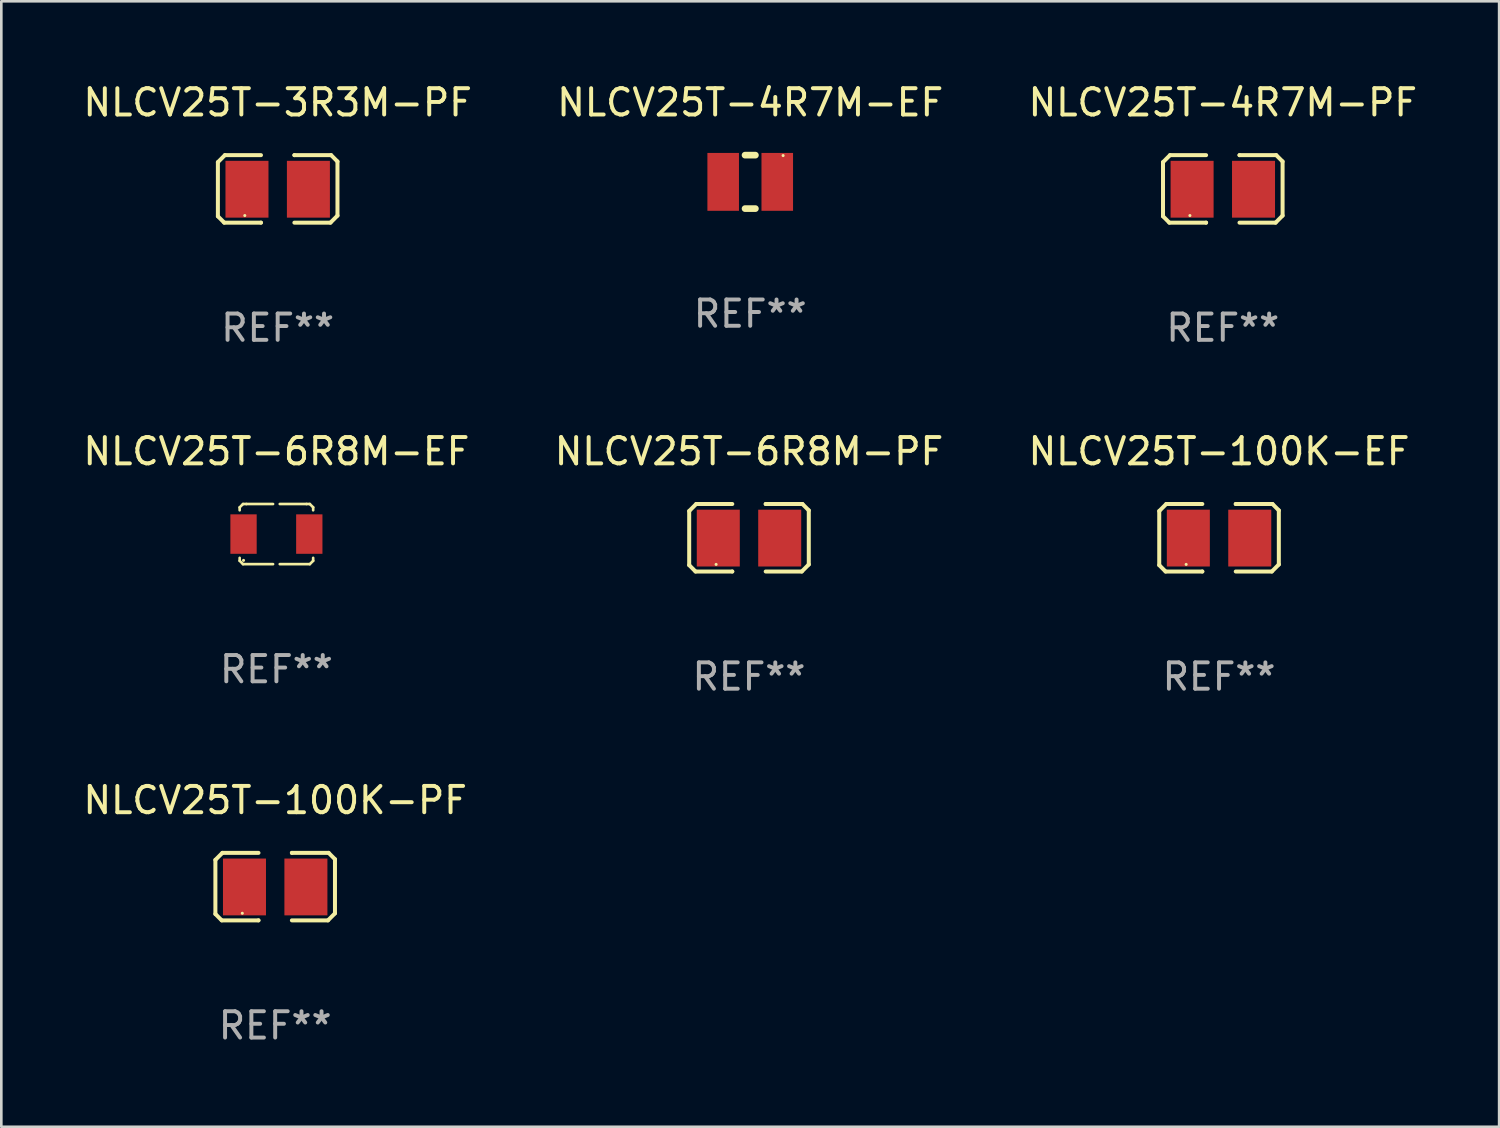
<source format=kicad_pcb>
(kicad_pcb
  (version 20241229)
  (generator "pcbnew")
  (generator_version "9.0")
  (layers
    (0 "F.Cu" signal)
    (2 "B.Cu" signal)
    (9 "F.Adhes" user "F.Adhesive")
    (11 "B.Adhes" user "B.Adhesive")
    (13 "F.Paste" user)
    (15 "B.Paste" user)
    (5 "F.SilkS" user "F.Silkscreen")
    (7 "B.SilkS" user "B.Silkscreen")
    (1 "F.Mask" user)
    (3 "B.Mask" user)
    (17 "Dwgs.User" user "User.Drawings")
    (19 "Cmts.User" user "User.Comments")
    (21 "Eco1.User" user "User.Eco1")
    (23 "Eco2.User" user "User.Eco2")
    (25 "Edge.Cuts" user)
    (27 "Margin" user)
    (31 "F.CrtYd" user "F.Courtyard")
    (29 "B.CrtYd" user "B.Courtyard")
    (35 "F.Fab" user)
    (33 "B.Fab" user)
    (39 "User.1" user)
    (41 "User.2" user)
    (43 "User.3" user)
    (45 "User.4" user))
  (footprint "NLCV25T-100K-EF"
    (layer "F.Cu")
    (at 43.292 17.393)
    (property "Reference" "NLCV25T-100K-EF" (at 0 -3.283 0) (layer "F.SilkS") (effects (font (size 1 1) (thickness 0.15))))
    (attr through_hole)
    (fp_line (start -2.273 -1.016) (end -2.007 -1.283) (stroke (width 0.152) (type solid)) (layer "F.SilkS"))
    (fp_line (start -2.273 1.041) (end -2.273 -1.016) (stroke (width 0.152) (type solid)) (layer "F.SilkS"))
    (fp_line (start -2.032 1.283) (end -2.273 1.041) (stroke (width 0.152) (type solid)) (layer "F.SilkS"))
    (fp_line (start -2.007 -1.283) (end -0.635 -1.283) (stroke (width 0.152) (type solid)) (layer "F.SilkS"))
    (fp_line (start -0.635 1.283) (end -2.032 1.283) (stroke (width 0.152) (type solid)) (layer "F.SilkS"))
    (fp_line (start -0.635 1.283) (end -0.635 1.283) (stroke (width 0.152) (type solid)) (layer "F.SilkS"))
    (fp_line (start 0.635 -1.283) (end 0.635 -1.283) (stroke (width 0.152) (type solid)) (layer "F.SilkS"))
    (fp_line (start 0.635 -1.283) (end 2.032 -1.283) (stroke (width 0.152) (type solid)) (layer "F.SilkS"))
    (fp_line (start 2.007 1.283) (end 0.635 1.283) (stroke (width 0.152) (type solid)) (layer "F.SilkS"))
    (fp_line (start 2.032 -1.283) (end 2.273 -1.041) (stroke (width 0.152) (type solid)) (layer "F.SilkS"))
    (fp_line (start 2.273 -1.041) (end 2.273 1.016) (stroke (width 0.152) (type solid)) (layer "F.SilkS"))
    (fp_line (start 2.273 1.016) (end 2.007 1.283) (stroke (width 0.152) (type solid)) (layer "F.SilkS"))
    (fp_circle (center -1.25 1.013) (end -1.22 1.013) (stroke (width 0.06) (type solid)) (fill no) (layer "F.SilkS"))
    (fp_text user "REF**" (at 0 5.283 0) (layer "F.Fab") (effects (font (size 1 1) (thickness 0.15))))
    (pad "1" smd rect (at -1.167 0.013) (size 1.635 2.16) (layers "F.Cu" "F.Mask" "F.Paste"))
    (pad "2" smd rect (at 1.168 0.013) (size 1.635 2.16) (layers "F.Cu" "F.Mask" "F.Paste")))
  (footprint "NLCV25T-4R7M-EF"
    (layer "F.Cu")
    (at 25.47 3.864)
    (property "Reference" "NLCV25T-4R7M-EF" (at 0 -3.016 0) (layer "F.SilkS") (effects (font (size 1 1) (thickness 0.15))))
    (attr through_hole)
    (fp_line (start -0.197 1.016) (end 0.197 1.016) (stroke (width 0.254) (type solid)) (layer "F.SilkS"))
    (fp_line (start 0.197 -1.016) (end -0.197 -1.016) (stroke (width 0.254) (type solid)) (layer "F.SilkS"))
    (fp_circle (center 1.25 -1) (end 1.28 -1) (stroke (width 0.06) (type solid)) (fill no) (layer "F.SilkS"))
    (fp_text user "REF**" (at 0 5.016 0) (layer "F.Fab") (effects (font (size 1 1) (thickness 0.15))))
    (pad "1" smd rect (at 1.028 0) (size 1.2 2.2) (layers "F.Cu" "F.Mask" "F.Paste"))
    (pad "2" smd rect (at -1.028 0) (size 1.2 2.2) (layers "F.Cu" "F.Mask" "F.Paste")))
  (footprint "NLCV25T-100K-PF"
    (layer "F.Cu")
    (at 7.411 30.655)
    (property "Reference" "NLCV25T-100K-PF" (at 0 -3.283 0) (layer "F.SilkS") (effects (font (size 1 1) (thickness 0.15))))
    (attr through_hole)
    (fp_line (start -2.273 -1.016) (end -2.007 -1.283) (stroke (width 0.152) (type solid)) (layer "F.SilkS"))
    (fp_line (start -2.273 1.041) (end -2.273 -1.016) (stroke (width 0.152) (type solid)) (layer "F.SilkS"))
    (fp_line (start -2.032 1.283) (end -2.273 1.041) (stroke (width 0.152) (type solid)) (layer "F.SilkS"))
    (fp_line (start -2.007 -1.283) (end -0.635 -1.283) (stroke (width 0.152) (type solid)) (layer "F.SilkS"))
    (fp_line (start -0.635 1.283) (end -2.032 1.283) (stroke (width 0.152) (type solid)) (layer "F.SilkS"))
    (fp_line (start -0.635 1.283) (end -0.635 1.283) (stroke (width 0.152) (type solid)) (layer "F.SilkS"))
    (fp_line (start 0.635 -1.283) (end 0.635 -1.283) (stroke (width 0.152) (type solid)) (layer "F.SilkS"))
    (fp_line (start 0.635 -1.283) (end 2.032 -1.283) (stroke (width 0.152) (type solid)) (layer "F.SilkS"))
    (fp_line (start 2.007 1.283) (end 0.635 1.283) (stroke (width 0.152) (type solid)) (layer "F.SilkS"))
    (fp_line (start 2.032 -1.283) (end 2.273 -1.041) (stroke (width 0.152) (type solid)) (layer "F.SilkS"))
    (fp_line (start 2.273 -1.041) (end 2.273 1.016) (stroke (width 0.152) (type solid)) (layer "F.SilkS"))
    (fp_line (start 2.273 1.016) (end 2.007 1.283) (stroke (width 0.152) (type solid)) (layer "F.SilkS"))
    (fp_circle (center -1.25 1.013) (end -1.22 1.013) (stroke (width 0.06) (type solid)) (fill no) (layer "F.SilkS"))
    (fp_text user "REF**" (at 0 5.283 0) (layer "F.Fab") (effects (font (size 1 1) (thickness 0.15))))
    (pad "1" smd rect (at -1.167 0.013) (size 1.635 2.16) (layers "F.Cu" "F.Mask" "F.Paste"))
    (pad "2" smd rect (at 1.168 0.013) (size 1.635 2.16) (layers "F.Cu" "F.Mask" "F.Paste")))
  (footprint "NLCV25T-6R8M-EF"
    (layer "F.Cu")
    (at 7.458 17.253)
    (property "Reference" "NLCV25T-6R8M-EF" (at 0 -3.143 0) (layer "F.SilkS") (effects (font (size 1 1) (thickness 0.15))))
    (attr through_hole)
    (fp_line (start -1.397 -1.016) (end -1.397 -0.904) (stroke (width 0.1) (type solid)) (layer "F.SilkS"))
    (fp_line (start -1.397 0.904) (end -1.397 1.016) (stroke (width 0.1) (type solid)) (layer "F.SilkS"))
    (fp_line (start -1.397 1.016) (end -1.27 1.143) (stroke (width 0.1) (type solid)) (layer "F.SilkS"))
    (fp_line (start -1.27 -1.143) (end -1.397 -1.016) (stroke (width 0.1) (type solid)) (layer "F.SilkS"))
    (fp_line (start -1.27 1.143) (end -0.127 1.143) (stroke (width 0.1) (type solid)) (layer "F.SilkS"))
    (fp_line (start -1.143 -1.143) (end -1.27 -1.143) (stroke (width 0.1) (type solid)) (layer "F.SilkS"))
    (fp_line (start -0.127 -1.143) (end -1.143 -1.143) (stroke (width 0.1) (type solid)) (layer "F.SilkS"))
    (fp_line (start 0.127 -1.143) (end 1.143 -1.143) (stroke (width 0.1) (type solid)) (layer "F.SilkS"))
    (fp_line (start 1.143 -1.143) (end 1.27 -1.143) (stroke (width 0.1) (type solid)) (layer "F.SilkS"))
    (fp_line (start 1.27 -1.143) (end 1.397 -1.016) (stroke (width 0.1) (type solid)) (layer "F.SilkS"))
    (fp_line (start 1.27 1.143) (end 0.127 1.143) (stroke (width 0.1) (type solid)) (layer "F.SilkS"))
    (fp_line (start 1.397 -1.016) (end 1.397 -0.904) (stroke (width 0.1) (type solid)) (layer "F.SilkS"))
    (fp_line (start 1.397 0.904) (end 1.397 1.016) (stroke (width 0.1) (type solid)) (layer "F.SilkS"))
    (fp_line (start 1.397 1.016) (end 1.27 1.143) (stroke (width 0.1) (type solid)) (layer "F.SilkS"))
    (fp_circle (center -1.25 1) (end -1.22 1) (stroke (width 0.06) (type solid)) (fill no) (layer "F.SilkS"))
    (fp_text user "REF**" (at 0 5.143 0) (layer "F.Fab") (effects (font (size 1 1) (thickness 0.15))))
    (pad "1" smd rect (at -1.25 0) (size 1 1.5) (layers "F.Cu" "F.Mask" "F.Paste"))
    (pad "2" smd rect (at 1.25 0) (size 1 1.5) (layers "F.Cu" "F.Mask" "F.Paste")))
  (footprint "NLCV25T-6R8M-PF"
    (layer "F.Cu")
    (at 25.423 17.393)
    (property "Reference" "NLCV25T-6R8M-PF" (at 0 -3.283 0) (layer "F.SilkS") (effects (font (size 1 1) (thickness 0.15))))
    (attr through_hole)
    (fp_line (start -2.273 -1.016) (end -2.007 -1.283) (stroke (width 0.152) (type solid)) (layer "F.SilkS"))
    (fp_line (start -2.273 1.041) (end -2.273 -1.016) (stroke (width 0.152) (type solid)) (layer "F.SilkS"))
    (fp_line (start -2.032 1.283) (end -2.273 1.041) (stroke (width 0.152) (type solid)) (layer "F.SilkS"))
    (fp_line (start -2.007 -1.283) (end -0.635 -1.283) (stroke (width 0.152) (type solid)) (layer "F.SilkS"))
    (fp_line (start -0.635 1.283) (end -2.032 1.283) (stroke (width 0.152) (type solid)) (layer "F.SilkS"))
    (fp_line (start -0.635 1.283) (end -0.635 1.283) (stroke (width 0.152) (type solid)) (layer "F.SilkS"))
    (fp_line (start 0.635 -1.283) (end 0.635 -1.283) (stroke (width 0.152) (type solid)) (layer "F.SilkS"))
    (fp_line (start 0.635 -1.283) (end 2.032 -1.283) (stroke (width 0.152) (type solid)) (layer "F.SilkS"))
    (fp_line (start 2.007 1.283) (end 0.635 1.283) (stroke (width 0.152) (type solid)) (layer "F.SilkS"))
    (fp_line (start 2.032 -1.283) (end 2.273 -1.041) (stroke (width 0.152) (type solid)) (layer "F.SilkS"))
    (fp_line (start 2.273 -1.041) (end 2.273 1.016) (stroke (width 0.152) (type solid)) (layer "F.SilkS"))
    (fp_line (start 2.273 1.016) (end 2.007 1.283) (stroke (width 0.152) (type solid)) (layer "F.SilkS"))
    (fp_circle (center -1.25 1.013) (end -1.22 1.013) (stroke (width 0.06) (type solid)) (fill no) (layer "F.SilkS"))
    (fp_text user "REF**" (at 0 5.283 0) (layer "F.Fab") (effects (font (size 1 1) (thickness 0.15))))
    (pad "1" smd rect (at -1.167 0.013) (size 1.635 2.16) (layers "F.Cu" "F.Mask" "F.Paste"))
    (pad "2" smd rect (at 1.168 0.013) (size 1.635 2.16) (layers "F.Cu" "F.Mask" "F.Paste")))
  (footprint "NLCV25T-3R3M-PF"
    (layer "F.Cu")
    (at 7.506 4.131)
    (property "Reference" "NLCV25T-3R3M-PF" (at 0 -3.283 0) (layer "F.SilkS") (effects (font (size 1 1) (thickness 0.15))))
    (attr through_hole)
    (fp_line (start -2.273 -1.016) (end -2.007 -1.283) (stroke (width 0.152) (type solid)) (layer "F.SilkS"))
    (fp_line (start -2.273 1.041) (end -2.273 -1.016) (stroke (width 0.152) (type solid)) (layer "F.SilkS"))
    (fp_line (start -2.032 1.283) (end -2.273 1.041) (stroke (width 0.152) (type solid)) (layer "F.SilkS"))
    (fp_line (start -2.007 -1.283) (end -0.635 -1.283) (stroke (width 0.152) (type solid)) (layer "F.SilkS"))
    (fp_line (start -0.635 1.283) (end -2.032 1.283) (stroke (width 0.152) (type solid)) (layer "F.SilkS"))
    (fp_line (start -0.635 1.283) (end -0.635 1.283) (stroke (width 0.152) (type solid)) (layer "F.SilkS"))
    (fp_line (start 0.635 -1.283) (end 0.635 -1.283) (stroke (width 0.152) (type solid)) (layer "F.SilkS"))
    (fp_line (start 0.635 -1.283) (end 2.032 -1.283) (stroke (width 0.152) (type solid)) (layer "F.SilkS"))
    (fp_line (start 2.007 1.283) (end 0.635 1.283) (stroke (width 0.152) (type solid)) (layer "F.SilkS"))
    (fp_line (start 2.032 -1.283) (end 2.273 -1.041) (stroke (width 0.152) (type solid)) (layer "F.SilkS"))
    (fp_line (start 2.273 -1.041) (end 2.273 1.016) (stroke (width 0.152) (type solid)) (layer "F.SilkS"))
    (fp_line (start 2.273 1.016) (end 2.007 1.283) (stroke (width 0.152) (type solid)) (layer "F.SilkS"))
    (fp_circle (center -1.25 1.013) (end -1.22 1.013) (stroke (width 0.06) (type solid)) (fill no) (layer "F.SilkS"))
    (fp_text user "REF**" (at 0 5.283 0) (layer "F.Fab") (effects (font (size 1 1) (thickness 0.15))))
    (pad "1" smd rect (at -1.167 0.013) (size 1.635 2.16) (layers "F.Cu" "F.Mask" "F.Paste"))
    (pad "2" smd rect (at 1.168 0.013) (size 1.635 2.16) (layers "F.Cu" "F.Mask" "F.Paste")))
  (footprint "NLCV25T-4R7M-PF"
    (layer "F.Cu")
    (at 43.435 4.131)
    (property "Reference" "NLCV25T-4R7M-PF" (at 0 -3.283 0) (layer "F.SilkS") (effects (font (size 1 1) (thickness 0.15))))
    (attr through_hole)
    (fp_line (start -2.273 -1.016) (end -2.007 -1.283) (stroke (width 0.152) (type solid)) (layer "F.SilkS"))
    (fp_line (start -2.273 1.041) (end -2.273 -1.016) (stroke (width 0.152) (type solid)) (layer "F.SilkS"))
    (fp_line (start -2.032 1.283) (end -2.273 1.041) (stroke (width 0.152) (type solid)) (layer "F.SilkS"))
    (fp_line (start -2.007 -1.283) (end -0.635 -1.283) (stroke (width 0.152) (type solid)) (layer "F.SilkS"))
    (fp_line (start -0.635 1.283) (end -2.032 1.283) (stroke (width 0.152) (type solid)) (layer "F.SilkS"))
    (fp_line (start -0.635 1.283) (end -0.635 1.283) (stroke (width 0.152) (type solid)) (layer "F.SilkS"))
    (fp_line (start 0.635 -1.283) (end 0.635 -1.283) (stroke (width 0.152) (type solid)) (layer "F.SilkS"))
    (fp_line (start 0.635 -1.283) (end 2.032 -1.283) (stroke (width 0.152) (type solid)) (layer "F.SilkS"))
    (fp_line (start 2.007 1.283) (end 0.635 1.283) (stroke (width 0.152) (type solid)) (layer "F.SilkS"))
    (fp_line (start 2.032 -1.283) (end 2.273 -1.041) (stroke (width 0.152) (type solid)) (layer "F.SilkS"))
    (fp_line (start 2.273 -1.041) (end 2.273 1.016) (stroke (width 0.152) (type solid)) (layer "F.SilkS"))
    (fp_line (start 2.273 1.016) (end 2.007 1.283) (stroke (width 0.152) (type solid)) (layer "F.SilkS"))
    (fp_circle (center -1.25 1.013) (end -1.22 1.013) (stroke (width 0.06) (type solid)) (fill no) (layer "F.SilkS"))
    (fp_text user "REF**" (at 0 5.283 0) (layer "F.Fab") (effects (font (size 1 1) (thickness 0.15))))
    (pad "1" smd rect (at -1.167 0.013) (size 1.635 2.16) (layers "F.Cu" "F.Mask" "F.Paste"))
    (pad "2" smd rect (at 1.168 0.013) (size 1.635 2.16) (layers "F.Cu" "F.Mask" "F.Paste")))
  (gr_rect
    (start -3 -3)
    (end 53.94 39.786)
    (stroke (width 0.1) (type default))
    (fill no)
    (layer "Edge.Cuts")))
</source>
